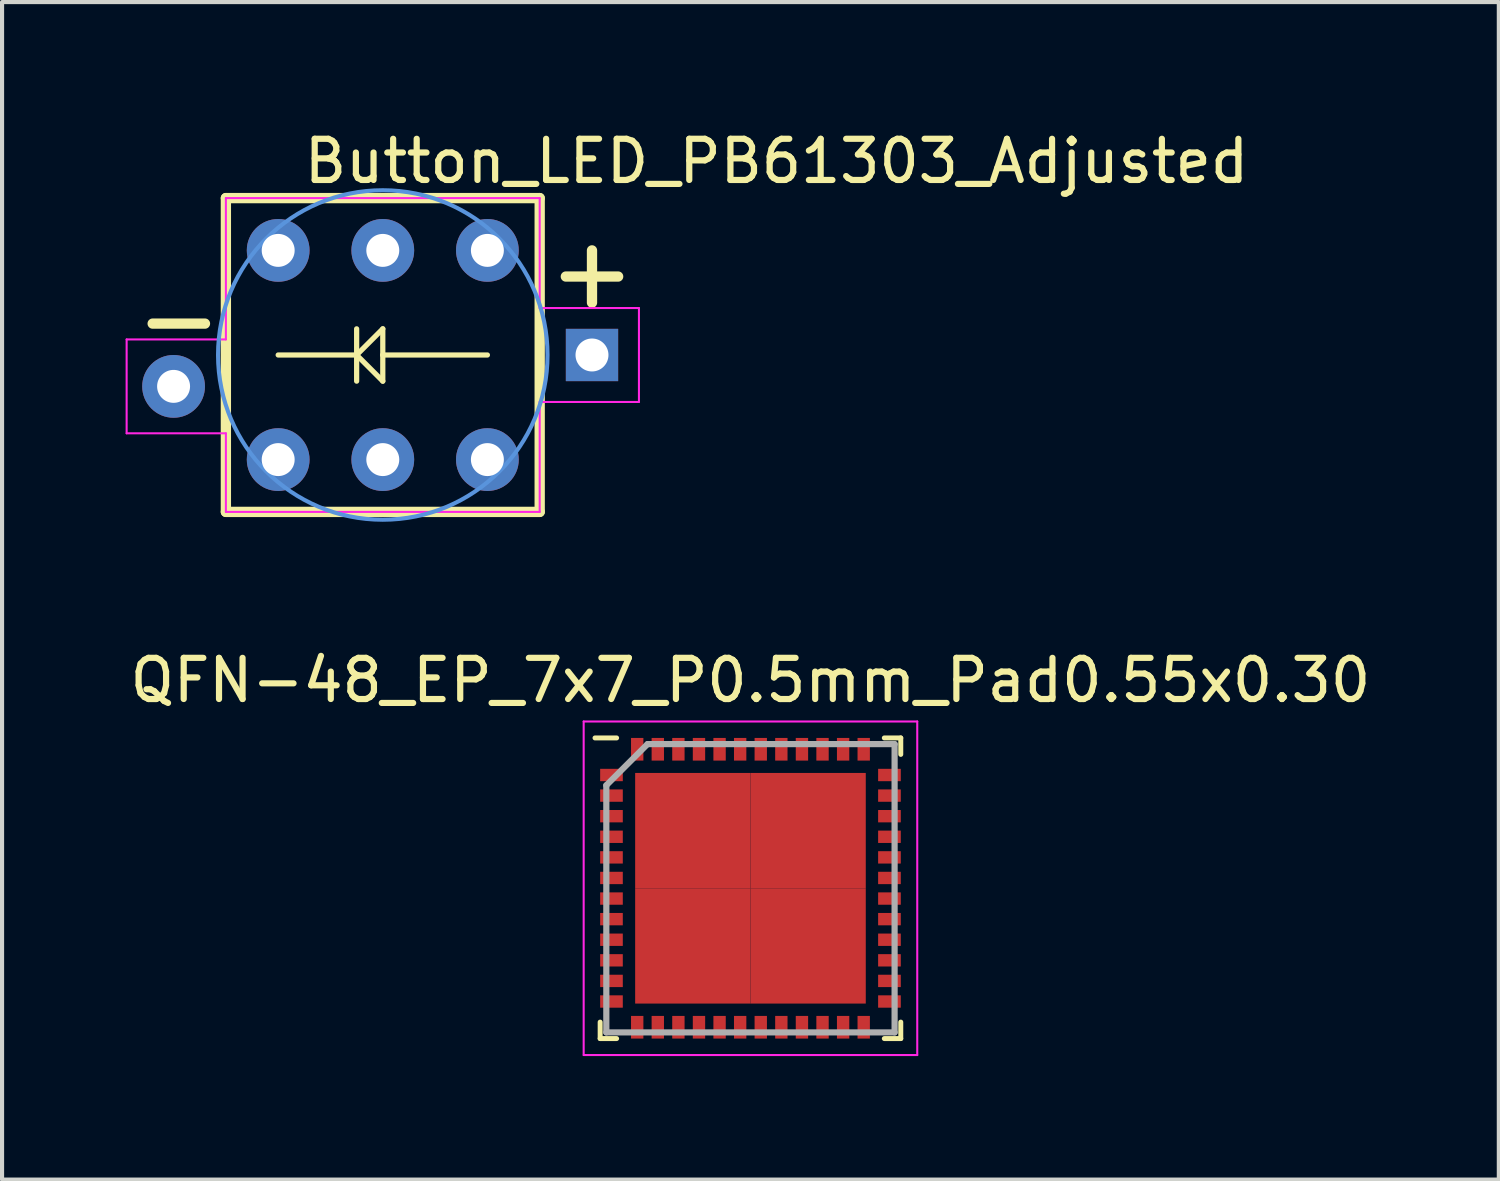
<source format=kicad_pcb>
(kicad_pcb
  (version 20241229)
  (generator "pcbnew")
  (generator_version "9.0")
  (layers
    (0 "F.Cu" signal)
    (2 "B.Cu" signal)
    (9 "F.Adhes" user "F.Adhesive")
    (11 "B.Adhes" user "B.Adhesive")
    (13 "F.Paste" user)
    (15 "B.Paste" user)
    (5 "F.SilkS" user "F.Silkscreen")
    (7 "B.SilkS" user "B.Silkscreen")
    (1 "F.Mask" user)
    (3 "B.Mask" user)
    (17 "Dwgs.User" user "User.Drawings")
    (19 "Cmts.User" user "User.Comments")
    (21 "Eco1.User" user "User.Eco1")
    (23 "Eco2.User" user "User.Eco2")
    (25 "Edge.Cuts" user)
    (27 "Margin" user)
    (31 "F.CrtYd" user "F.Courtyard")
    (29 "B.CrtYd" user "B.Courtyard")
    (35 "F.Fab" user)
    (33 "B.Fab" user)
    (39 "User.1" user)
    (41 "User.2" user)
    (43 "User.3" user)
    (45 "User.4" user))
  (footprint "QFN-48_EP_7x7_P0.5mm_Pad0.55x0.30"
    (layer "F.Cu")
    (at 15.173 18.519)
    (property "Reference" "QFN-48_EP_7x7_P0.5mm_Pad0.55x0.30" (at 0 -5.05 0) (layer "F.SilkS") (effects (font (size 1 1) (thickness 0.15))))
    (attr smd)
    (fp_line (start -3.65 3.65) (end -3.65 3.25) (stroke (width 0.12) (type solid)) (layer "F.SilkS"))
    (fp_line (start -3.25 -3.65) (end -3.775 -3.65) (stroke (width 0.12) (type solid)) (layer "F.SilkS"))
    (fp_line (start -3.25 3.65) (end -3.65 3.65) (stroke (width 0.12) (type solid)) (layer "F.SilkS"))
    (fp_line (start 3.25 -3.65) (end 3.65 -3.65) (stroke (width 0.12) (type solid)) (layer "F.SilkS"))
    (fp_line (start 3.25 3.65) (end 3.65 3.65) (stroke (width 0.12) (type solid)) (layer "F.SilkS"))
    (fp_line (start 3.65 -3.65) (end 3.65 -3.25) (stroke (width 0.12) (type solid)) (layer "F.SilkS"))
    (fp_line (start 3.65 3.65) (end 3.65 3.25) (stroke (width 0.12) (type solid)) (layer "F.SilkS"))
    (fp_line (start -4.05 -4.05) (end 4.05 -4.05) (stroke (width 0.05) (type solid)) (layer "F.CrtYd"))
    (fp_line (start -4.05 4.05) (end -4.05 -4.05) (stroke (width 0.05) (type solid)) (layer "F.CrtYd"))
    (fp_line (start 4.05 -4.05) (end 4.05 4.05) (stroke (width 0.05) (type solid)) (layer "F.CrtYd"))
    (fp_line (start 4.05 4.05) (end -4.05 4.05) (stroke (width 0.05) (type solid)) (layer "F.CrtYd"))
    (fp_line (start -3.5 -2.5) (end -3.5 3.5) (stroke (width 0.15) (type solid)) (layer "F.Fab"))
    (fp_line (start -3.5 3.5) (end 3.5 3.5) (stroke (width 0.15) (type solid)) (layer "F.Fab"))
    (fp_line (start -2.5 -3.5) (end -3.5 -2.5) (stroke (width 0.15) (type solid)) (layer "F.Fab"))
    (fp_line (start 3.5 -3.5) (end -2.5 -3.5) (stroke (width 0.15) (type solid)) (layer "F.Fab"))
    (fp_line (start 3.5 3.5) (end 3.5 -3.5) (stroke (width 0.15) (type solid)) (layer "F.Fab"))
    (pad "1" smd rect (at -3.375 -2.75 90) (size 0.3 0.55) (layers "F.Cu" "F.Mask" "F.Paste"))
    (pad "2" smd rect (at -3.375 -2.25 90) (size 0.3 0.55) (layers "F.Cu" "F.Mask" "F.Paste"))
    (pad "3" smd rect (at -3.375 -1.75 90) (size 0.3 0.55) (layers "F.Cu" "F.Mask" "F.Paste"))
    (pad "4" smd rect (at -3.375 -1.25 90) (size 0.3 0.55) (layers "F.Cu" "F.Mask" "F.Paste"))
    (pad "5" smd rect (at -3.375 -0.75 90) (size 0.3 0.55) (layers "F.Cu" "F.Mask" "F.Paste"))
    (pad "6" smd rect (at -3.375 -0.25 90) (size 0.3 0.55) (layers "F.Cu" "F.Mask" "F.Paste"))
    (pad "7" smd rect (at -3.375 0.25 90) (size 0.3 0.55) (layers "F.Cu" "F.Mask" "F.Paste"))
    (pad "8" smd rect (at -3.375 0.75 90) (size 0.3 0.55) (layers "F.Cu" "F.Mask" "F.Paste"))
    (pad "9" smd rect (at -3.375 1.25 90) (size 0.3 0.55) (layers "F.Cu" "F.Mask" "F.Paste"))
    (pad "10" smd rect (at -3.375 1.75 90) (size 0.3 0.55) (layers "F.Cu" "F.Mask" "F.Paste"))
    (pad "11" smd rect (at -3.375 2.25 90) (size 0.3 0.55) (layers "F.Cu" "F.Mask" "F.Paste"))
    (pad "12" smd rect (at -3.375 2.75 90) (size 0.3 0.55) (layers "F.Cu" "F.Mask" "F.Paste"))
    (pad "13" smd rect (at -2.75 3.375) (size 0.3 0.55) (layers "F.Cu" "F.Mask" "F.Paste"))
    (pad "14" smd rect (at -2.25 3.375) (size 0.3 0.55) (layers "F.Cu" "F.Mask" "F.Paste"))
    (pad "15" smd rect (at -1.75 3.375) (size 0.3 0.55) (layers "F.Cu" "F.Mask" "F.Paste"))
    (pad "16" smd rect (at -1.25 3.375) (size 0.3 0.55) (layers "F.Cu" "F.Mask" "F.Paste"))
    (pad "17" smd rect (at -0.75 3.375) (size 0.3 0.55) (layers "F.Cu" "F.Mask" "F.Paste"))
    (pad "18" smd rect (at -0.25 3.375) (size 0.3 0.55) (layers "F.Cu" "F.Mask" "F.Paste"))
    (pad "19" smd rect (at 0.25 3.375) (size 0.3 0.55) (layers "F.Cu" "F.Mask" "F.Paste"))
    (pad "20" smd rect (at 0.75 3.375) (size 0.3 0.55) (layers "F.Cu" "F.Mask" "F.Paste"))
    (pad "21" smd rect (at 1.25 3.375) (size 0.3 0.55) (layers "F.Cu" "F.Mask" "F.Paste"))
    (pad "22" smd rect (at 1.75 3.375) (size 0.3 0.55) (layers "F.Cu" "F.Mask" "F.Paste"))
    (pad "23" smd rect (at 2.25 3.375) (size 0.3 0.55) (layers "F.Cu" "F.Mask" "F.Paste"))
    (pad "24" smd rect (at 2.75 3.375) (size 0.3 0.55) (layers "F.Cu" "F.Mask" "F.Paste"))
    (pad "25" smd rect (at 3.375 2.75 90) (size 0.3 0.55) (layers "F.Cu" "F.Mask" "F.Paste"))
    (pad "26" smd rect (at 3.375 2.25 90) (size 0.3 0.55) (layers "F.Cu" "F.Mask" "F.Paste"))
    (pad "27" smd rect (at 3.375 1.75 90) (size 0.3 0.55) (layers "F.Cu" "F.Mask" "F.Paste"))
    (pad "28" smd rect (at 3.375 1.25 90) (size 0.3 0.55) (layers "F.Cu" "F.Mask" "F.Paste"))
    (pad "29" smd rect (at 3.375 0.75 90) (size 0.3 0.55) (layers "F.Cu" "F.Mask" "F.Paste"))
    (pad "30" smd rect (at 3.375 0.25 90) (size 0.3 0.55) (layers "F.Cu" "F.Mask" "F.Paste"))
    (pad "31" smd rect (at 3.375 -0.25 90) (size 0.3 0.55) (layers "F.Cu" "F.Mask" "F.Paste"))
    (pad "32" smd rect (at 3.375 -0.75 90) (size 0.3 0.55) (layers "F.Cu" "F.Mask" "F.Paste"))
    (pad "33" smd rect (at 3.375 -1.25 90) (size 0.3 0.55) (layers "F.Cu" "F.Mask" "F.Paste"))
    (pad "34" smd rect (at 3.375 -1.75 90) (size 0.3 0.55) (layers "F.Cu" "F.Mask" "F.Paste"))
    (pad "35" smd rect (at 3.375 -2.25 90) (size 0.3 0.55) (layers "F.Cu" "F.Mask" "F.Paste"))
    (pad "36" smd rect (at 3.375 -2.75 90) (size 0.3 0.55) (layers "F.Cu" "F.Mask" "F.Paste"))
    (pad "37" smd rect (at 2.75 -3.375) (size 0.3 0.55) (layers "F.Cu" "F.Mask" "F.Paste"))
    (pad "38" smd rect (at 2.25 -3.375) (size 0.3 0.55) (layers "F.Cu" "F.Mask" "F.Paste"))
    (pad "39" smd rect (at 1.75 -3.375) (size 0.3 0.55) (layers "F.Cu" "F.Mask" "F.Paste"))
    (pad "40" smd rect (at 1.25 -3.375) (size 0.3 0.55) (layers "F.Cu" "F.Mask" "F.Paste"))
    (pad "41" smd rect (at 0.75 -3.375) (size 0.3 0.55) (layers "F.Cu" "F.Mask" "F.Paste"))
    (pad "42" smd rect (at 0.25 -3.375) (size 0.3 0.55) (layers "F.Cu" "F.Mask" "F.Paste"))
    (pad "43" smd rect (at -0.25 -3.375) (size 0.3 0.55) (layers "F.Cu" "F.Mask" "F.Paste"))
    (pad "44" smd rect (at -0.75 -3.375) (size 0.3 0.55) (layers "F.Cu" "F.Mask" "F.Paste"))
    (pad "45" smd rect (at -1.25 -3.375) (size 0.3 0.55) (layers "F.Cu" "F.Mask" "F.Paste"))
    (pad "46" smd rect (at -1.75 -3.375) (size 0.3 0.55) (layers "F.Cu" "F.Mask" "F.Paste"))
    (pad "47" smd rect (at -2.25 -3.375) (size 0.3 0.55) (layers "F.Cu" "F.Mask" "F.Paste"))
    (pad "48" smd rect (at -2.75 -3.375) (size 0.3 0.55) (layers "F.Cu" "F.Mask" "F.Paste"))
    (pad "49" smd rect (at -1.4 -1.4) (size 2.8 2.8) (layers "F.Cu" "F.Mask" "F.Paste"))
    (pad "49" smd rect (at -1.4 1.4) (size 2.8 2.8) (layers "F.Cu" "F.Mask" "F.Paste"))
    (pad "49" smd rect (at 1.4 -1.4) (size 2.8 2.8) (layers "F.Cu" "F.Mask" "F.Paste"))
    (pad "49" smd rect (at 1.4 1.4) (size 2.8 2.8) (layers "F.Cu" "F.Mask" "F.Paste")))
  (footprint "Button_LED_PB61303_Adjusted"
    (layer "F.Cu")
    (at 6.245 5.57)
    (property "Reference" "Button_LED_PB61303_Adjusted" (at -1.99 -4.12 0) (layer "F.SilkS") (effects (font (size 1 1) (thickness 0.15)) (justify left bottom)))
    (attr through_hole)
    (fp_line (start -5.588 -0.762) (end -4.318 -0.762) (stroke (width 0.25) (type solid)) (layer "F.SilkS"))
    (fp_line (start -3.81 -3.81) (end -3.81 3.81) (stroke (width 0.25) (type solid)) (layer "F.SilkS"))
    (fp_line (start -3.81 3.81) (end 3.81 3.81) (stroke (width 0.25) (type solid)) (layer "F.SilkS"))
    (fp_line (start -0.635 -0.635) (end -0.635 0) (stroke (width 0.127) (type solid)) (layer "F.SilkS"))
    (fp_line (start -0.635 0) (end -2.54 0) (stroke (width 0.127) (type solid)) (layer "F.SilkS"))
    (fp_line (start -0.635 0) (end -0.635 0.635) (stroke (width 0.127) (type solid)) (layer "F.SilkS"))
    (fp_line (start -0.635 0) (end 0 0.635) (stroke (width 0.127) (type solid)) (layer "F.SilkS"))
    (fp_line (start 0 -0.635) (end -0.635 0) (stroke (width 0.127) (type solid)) (layer "F.SilkS"))
    (fp_line (start 0 0) (end 0 -0.635) (stroke (width 0.127) (type solid)) (layer "F.SilkS"))
    (fp_line (start 0 0.635) (end 0 0) (stroke (width 0.127) (type solid)) (layer "F.SilkS"))
    (fp_line (start 2.54 0) (end 0 0) (stroke (width 0.127) (type solid)) (layer "F.SilkS"))
    (fp_line (start 3.81 -3.81) (end -3.81 -3.81) (stroke (width 0.25) (type solid)) (layer "F.SilkS"))
    (fp_line (start 3.81 3.81) (end 3.81 -3.81) (stroke (width 0.25) (type solid)) (layer "F.SilkS"))
    (fp_line (start 4.445 -1.905) (end 5.715 -1.905) (stroke (width 0.25) (type solid)) (layer "F.SilkS"))
    (fp_line (start 5.08 -1.27) (end 5.08 -2.54) (stroke (width 0.25) (type solid)) (layer "F.SilkS"))
    (fp_circle (center 0 0) (end 4 0) (stroke (width 0.1) (type solid)) (fill no) (layer "Cmts.User"))
    (fp_line (start -6.22 -0.378) (end -3.81 -0.378) (stroke (width 0.05) (type solid)) (layer "F.CrtYd"))
    (fp_line (start -6.22 1.902) (end -6.22 -0.378) (stroke (width 0.05) (type solid)) (layer "F.CrtYd"))
    (fp_line (start -3.81 -3.81) (end 3.81 -3.81) (stroke (width 0.05) (type solid)) (layer "F.CrtYd"))
    (fp_line (start -3.81 -0.378) (end -3.81 -3.81) (stroke (width 0.05) (type solid)) (layer "F.CrtYd"))
    (fp_line (start -3.81 1.902) (end -6.22 1.902) (stroke (width 0.05) (type solid)) (layer "F.CrtYd"))
    (fp_line (start -3.81 3.81) (end -3.81 1.902) (stroke (width 0.05) (type solid)) (layer "F.CrtYd"))
    (fp_line (start 3.81 -3.81) (end 3.81 -1.14) (stroke (width 0.05) (type solid)) (layer "F.CrtYd"))
    (fp_line (start 3.81 -1.14) (end 6.22 -1.14) (stroke (width 0.05) (type solid)) (layer "F.CrtYd"))
    (fp_line (start 3.81 1.14) (end 3.81 3.81) (stroke (width 0.05) (type solid)) (layer "F.CrtYd"))
    (fp_line (start 3.81 3.81) (end -3.81 3.81) (stroke (width 0.05) (type solid)) (layer "F.CrtYd"))
    (fp_line (start 6.22 -1.14) (end 6.22 1.14) (stroke (width 0.05) (type solid)) (layer "F.CrtYd"))
    (fp_line (start 6.22 1.14) (end 3.81 1.14) (stroke (width 0.05) (type solid)) (layer "F.CrtYd"))
    (pad "1" thru_hole circle (at 2.54 -2.54) (size 1.524 1.524) (drill 0.8) (layers "*.Cu" "*.Mask"))
    (pad "2" thru_hole circle (at 0 -2.54) (size 1.524 1.524) (drill 0.8) (layers "*.Cu" "*.Mask"))
    (pad "3" thru_hole circle (at -2.54 -2.54) (size 1.524 1.524) (drill 0.8) (layers "*.Cu" "*.Mask"))
    (pad "4" thru_hole circle (at 2.54 2.54) (size 1.524 1.524) (drill 0.8) (layers "*.Cu" "*.Mask"))
    (pad "5" thru_hole circle (at 0 2.54) (size 1.524 1.524) (drill 0.8) (layers "*.Cu" "*.Mask"))
    (pad "6" thru_hole circle (at -2.54 2.54) (size 1.524 1.524) (drill 0.8) (layers "*.Cu" "*.Mask"))
    (pad "7" thru_hole rect (at 5.08 0) (size 1.27 1.27) (drill 0.8) (layers "*.Cu" "*.Mask"))
    (pad "8" thru_hole circle (at -5.08 0.762) (size 1.524 1.524) (drill 0.8) (layers "*.Cu" "*.Mask")))
  (gr_rect
    (start -3 -3)
    (end 33.345 25.594)
    (stroke (width 0.1) (type default))
    (fill no)
    (layer "Edge.Cuts")))
</source>
